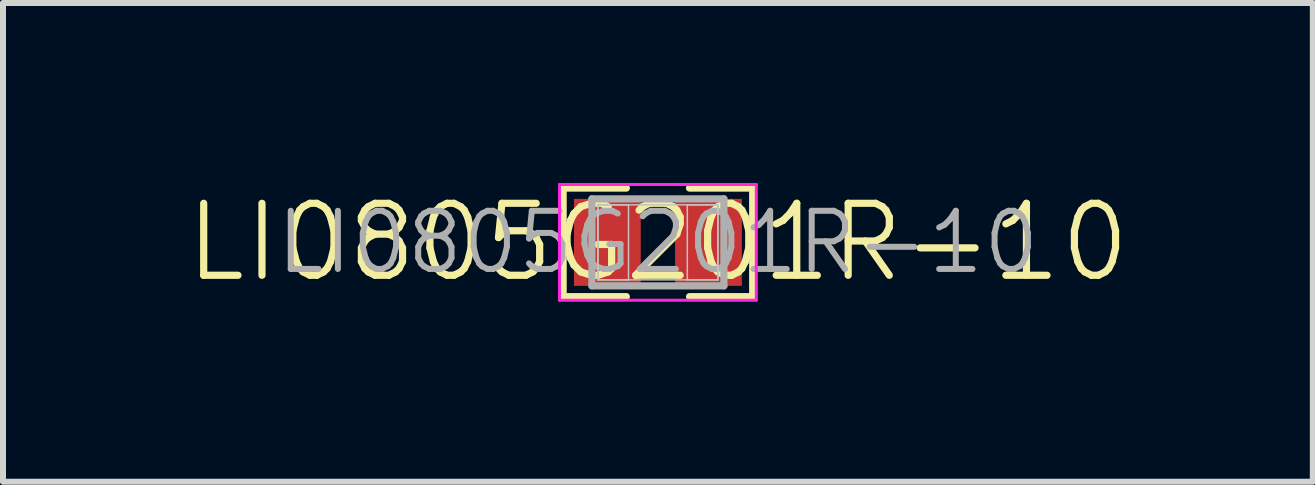
<source format=kicad_pcb>
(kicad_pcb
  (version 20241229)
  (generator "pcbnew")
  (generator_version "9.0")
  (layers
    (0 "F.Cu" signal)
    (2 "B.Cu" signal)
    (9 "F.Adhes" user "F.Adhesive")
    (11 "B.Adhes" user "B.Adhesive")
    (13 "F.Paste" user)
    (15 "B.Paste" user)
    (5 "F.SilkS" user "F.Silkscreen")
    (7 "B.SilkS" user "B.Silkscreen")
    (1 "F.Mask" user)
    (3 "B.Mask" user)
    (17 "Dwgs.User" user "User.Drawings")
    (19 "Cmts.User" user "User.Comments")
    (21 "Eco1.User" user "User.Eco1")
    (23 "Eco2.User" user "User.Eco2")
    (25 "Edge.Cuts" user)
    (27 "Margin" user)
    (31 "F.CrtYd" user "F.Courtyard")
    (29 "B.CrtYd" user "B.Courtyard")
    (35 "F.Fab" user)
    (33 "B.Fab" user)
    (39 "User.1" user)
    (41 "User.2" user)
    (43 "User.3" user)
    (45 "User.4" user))
  (footprint "LI0805G201R-10"
    (layer "F.Cu")
    (at 7.917 0.99)
    (property "Reference" "LI0805G201R-10" (at 0 0 0) (layer "F.SilkS") (effects (font (size 1.2 1.2) (thickness 0.12))))
    (attr smd)
    (fp_line (start -1.58 -0.905) (end -0.527 -0.905) (stroke (width 0.12) (type solid)) (layer "F.SilkS"))
    (fp_line (start -1.58 0.905) (end -1.58 -0.905) (stroke (width 0.12) (type solid)) (layer "F.SilkS"))
    (fp_line (start -0.527 0.905) (end -1.58 0.905) (stroke (width 0.12) (type solid)) (layer "F.SilkS"))
    (fp_line (start 0.527 0.905) (end 1.58 0.905) (stroke (width 0.12) (type solid)) (layer "F.SilkS"))
    (fp_line (start 1.58 -0.905) (end 0.527 -0.905) (stroke (width 0.12) (type solid)) (layer "F.SilkS"))
    (fp_line (start 1.58 0.905) (end 1.58 -0.905) (stroke (width 0.12) (type solid)) (layer "F.SilkS"))
    (fp_line (start -1 -0.625) (end -0.49 -0.625) (stroke (width 0.025) (type solid)) (layer "Dwgs.User"))
    (fp_line (start -1 -0.625) (end 1 -0.625) (stroke (width 0.025) (type solid)) (layer "Dwgs.User"))
    (fp_line (start -1 0.625) (end -1 -0.625) (stroke (width 0.025) (type solid)) (layer "Dwgs.User"))
    (fp_line (start -1 0.625) (end -1 -0.625) (stroke (width 0.025) (type solid)) (layer "Dwgs.User"))
    (fp_line (start -0.49 -0.625) (end -0.49 0.625) (stroke (width 0.025) (type solid)) (layer "Dwgs.User"))
    (fp_line (start -0.49 0.625) (end -1 0.625) (stroke (width 0.025) (type solid)) (layer "Dwgs.User"))
    (fp_line (start 0.49 -0.625) (end 1 -0.625) (stroke (width 0.025) (type solid)) (layer "Dwgs.User"))
    (fp_line (start 0.49 0.625) (end 0.49 -0.625) (stroke (width 0.025) (type solid)) (layer "Dwgs.User"))
    (fp_line (start 1 -0.625) (end 1 0.625) (stroke (width 0.025) (type solid)) (layer "Dwgs.User"))
    (fp_line (start 1 -0.625) (end 1 0.625) (stroke (width 0.025) (type solid)) (layer "Dwgs.User"))
    (fp_line (start 1 0.625) (end -1 0.625) (stroke (width 0.025) (type solid)) (layer "Dwgs.User"))
    (fp_line (start 1 0.625) (end 0.49 0.625) (stroke (width 0.025) (type solid)) (layer "Dwgs.User"))
    (fp_line (start -1.64 -0.965) (end 1.64 -0.965) (stroke (width 0.05) (type solid)) (layer "F.CrtYd"))
    (fp_line (start -1.64 0.965) (end -1.64 -0.965) (stroke (width 0.05) (type solid)) (layer "F.CrtYd"))
    (fp_line (start 1.64 -0.965) (end 1.64 0.965) (stroke (width 0.05) (type solid)) (layer "F.CrtYd"))
    (fp_line (start 1.64 0.965) (end -1.64 0.965) (stroke (width 0.05) (type solid)) (layer "F.CrtYd"))
    (fp_line (start -1.1 -0.725) (end 1.1 -0.725) (stroke (width 0.12) (type solid)) (layer "F.Fab"))
    (fp_line (start -1.1 0.725) (end -1.1 -0.725) (stroke (width 0.12) (type solid)) (layer "F.Fab"))
    (fp_line (start 1.1 -0.725) (end 1.1 0.725) (stroke (width 0.12) (type solid)) (layer "F.Fab"))
    (fp_line (start 1.1 0.725) (end -1.1 0.725) (stroke (width 0.12) (type solid)) (layer "F.Fab"))
    (fp_text user "${REFERENCE}" (at 0 0 0) (layer "F.Fab") (effects (font (size 0.97 0.97) (thickness 0.1))))
    (pad "1" smd rect (at -0.843 0) (size 1.113 1.45) (layers "F.Cu" "F.Mask" "F.Paste"))
    (pad "2" smd rect (at 0.843 0) (size 1.113 1.45) (layers "F.Cu" "F.Mask" "F.Paste")))
  (gr_rect
    (start -3 -3)
    (end 18.834 4.98)
    (stroke (width 0.1) (type default))
    (fill no)
    (layer "Edge.Cuts")))
</source>
